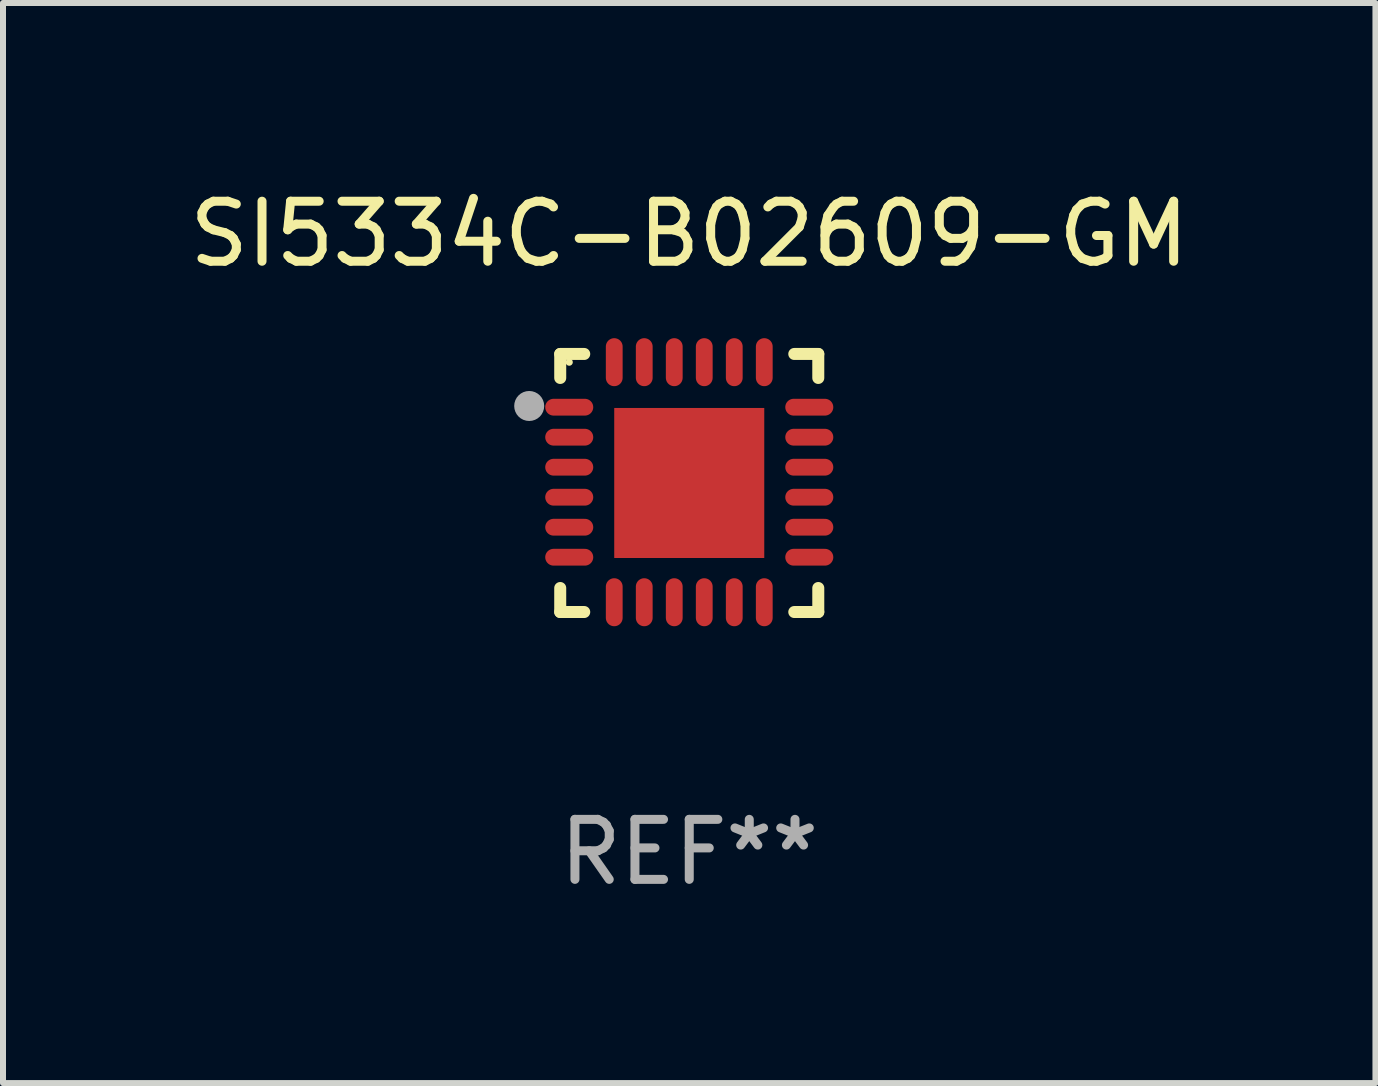
<source format=kicad_pcb>
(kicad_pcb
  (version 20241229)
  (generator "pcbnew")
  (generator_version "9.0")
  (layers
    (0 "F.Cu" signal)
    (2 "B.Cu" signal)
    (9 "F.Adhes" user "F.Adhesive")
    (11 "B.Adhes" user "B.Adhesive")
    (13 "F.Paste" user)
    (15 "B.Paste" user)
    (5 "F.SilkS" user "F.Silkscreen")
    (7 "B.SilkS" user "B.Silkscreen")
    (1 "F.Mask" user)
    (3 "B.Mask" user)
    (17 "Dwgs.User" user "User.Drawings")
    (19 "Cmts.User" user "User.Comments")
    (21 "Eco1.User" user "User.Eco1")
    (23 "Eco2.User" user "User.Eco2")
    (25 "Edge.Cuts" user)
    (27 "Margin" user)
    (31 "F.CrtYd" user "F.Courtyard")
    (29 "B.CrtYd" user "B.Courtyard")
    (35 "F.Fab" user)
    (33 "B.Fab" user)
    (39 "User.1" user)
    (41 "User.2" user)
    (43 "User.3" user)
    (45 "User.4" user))
  (footprint "SI5334C-B02609-GM"
    (layer "F.Cu")
    (at 8.435 4.998)
    (property "Reference" "SI5334C-B02609-GM" (at 0 -4.15 0) (layer "F.SilkS") (effects (font (size 1 1) (thickness 0.15))))
    (attr through_hole)
    (fp_line (start -2.15 -2.15) (end -1.75 -2.15) (stroke (width 0.2) (type solid)) (layer "F.SilkS"))
    (fp_line (start -2.15 -1.75) (end -2.15 -2.15) (stroke (width 0.2) (type solid)) (layer "F.SilkS"))
    (fp_line (start -2.15 2.15) (end -2.15 1.75) (stroke (width 0.2) (type solid)) (layer "F.SilkS"))
    (fp_line (start -1.75 2.15) (end -2.15 2.15) (stroke (width 0.2) (type solid)) (layer "F.SilkS"))
    (fp_line (start 1.75 -2.15) (end 2.15 -2.15) (stroke (width 0.2) (type solid)) (layer "F.SilkS"))
    (fp_line (start 1.75 2.15) (end 2.15 2.15) (stroke (width 0.2) (type solid)) (layer "F.SilkS"))
    (fp_line (start 2.15 -2.15) (end 2.15 -1.75) (stroke (width 0.2) (type solid)) (layer "F.SilkS"))
    (fp_line (start 2.15 2.15) (end 2.15 1.75) (stroke (width 0.2) (type solid)) (layer "F.SilkS"))
    (fp_circle (center -2 -2.013) (end -1.97 -2.013) (stroke (width 0.06) (type solid)) (fill no) (layer "F.SilkS"))
    (fp_circle (center -2.667 -1.283) (end -2.542 -1.283) (stroke (width 0.25) (type solid)) (fill no) (layer "F.Fab"))
    (fp_text user "REF**" (at 0 6.15 0) (layer "F.Fab") (effects (font (size 1 1) (thickness 0.15))))
    (pad "1" smd oval (at -2 -1.263) (size 0.8 0.28) (layers "F.Cu" "F.Mask" "F.Paste"))
    (pad "2" smd oval (at -2 -0.763) (size 0.8 0.28) (layers "F.Cu" "F.Mask" "F.Paste"))
    (pad "3" smd oval (at -2 -0.263) (size 0.8 0.28) (layers "F.Cu" "F.Mask" "F.Paste"))
    (pad "4" smd oval (at -2 0.237) (size 0.8 0.28) (layers "F.Cu" "F.Mask" "F.Paste"))
    (pad "5" smd oval (at -2 0.737) (size 0.8 0.28) (layers "F.Cu" "F.Mask" "F.Paste"))
    (pad "6" smd oval (at -2 1.237) (size 0.8 0.28) (layers "F.Cu" "F.Mask" "F.Paste"))
    (pad "7" smd oval (at -1.25 1.987) (size 0.28 0.8) (layers "F.Cu" "F.Mask" "F.Paste"))
    (pad "8" smd oval (at -0.75 1.987) (size 0.28 0.8) (layers "F.Cu" "F.Mask" "F.Paste"))
    (pad "9" smd oval (at -0.25 1.987) (size 0.28 0.8) (layers "F.Cu" "F.Mask" "F.Paste"))
    (pad "10" smd oval (at 0.25 1.987) (size 0.28 0.8) (layers "F.Cu" "F.Mask" "F.Paste"))
    (pad "11" smd oval (at 0.75 1.987) (size 0.28 0.8) (layers "F.Cu" "F.Mask" "F.Paste"))
    (pad "12" smd oval (at 1.25 1.987) (size 0.28 0.8) (layers "F.Cu" "F.Mask" "F.Paste"))
    (pad "13" smd oval (at 2 1.237) (size 0.8 0.28) (layers "F.Cu" "F.Mask" "F.Paste"))
    (pad "14" smd oval (at 2 0.737) (size 0.8 0.28) (layers "F.Cu" "F.Mask" "F.Paste"))
    (pad "15" smd oval (at 2 0.237) (size 0.8 0.28) (layers "F.Cu" "F.Mask" "F.Paste"))
    (pad "16" smd oval (at 2 -0.263) (size 0.8 0.28) (layers "F.Cu" "F.Mask" "F.Paste"))
    (pad "17" smd oval (at 2 -0.763) (size 0.8 0.28) (layers "F.Cu" "F.Mask" "F.Paste"))
    (pad "18" smd oval (at 2 -1.263) (size 0.8 0.28) (layers "F.Cu" "F.Mask" "F.Paste"))
    (pad "19" smd oval (at 1.25 -2.013) (size 0.28 0.8) (layers "F.Cu" "F.Mask" "F.Paste"))
    (pad "20" smd oval (at 0.75 -2.013) (size 0.28 0.8) (layers "F.Cu" "F.Mask" "F.Paste"))
    (pad "21" smd oval (at 0.25 -2.013) (size 0.28 0.8) (layers "F.Cu" "F.Mask" "F.Paste"))
    (pad "22" smd oval (at -0.25 -2.013) (size 0.28 0.8) (layers "F.Cu" "F.Mask" "F.Paste"))
    (pad "23" smd oval (at -0.75 -2.013) (size 0.28 0.8) (layers "F.Cu" "F.Mask" "F.Paste"))
    (pad "24" smd oval (at -1.25 -2.013) (size 0.28 0.8) (layers "F.Cu" "F.Mask" "F.Paste"))
    (pad "25" smd rect (at -0.000127 -0.00014) (size 2.5 2.5) (layers "F.Cu" "F.Mask" "F.Paste")))
  (gr_rect
    (start -3 -3)
    (end 19.869 14.997)
    (stroke (width 0.1) (type default))
    (fill no)
    (layer "Edge.Cuts")))
</source>
